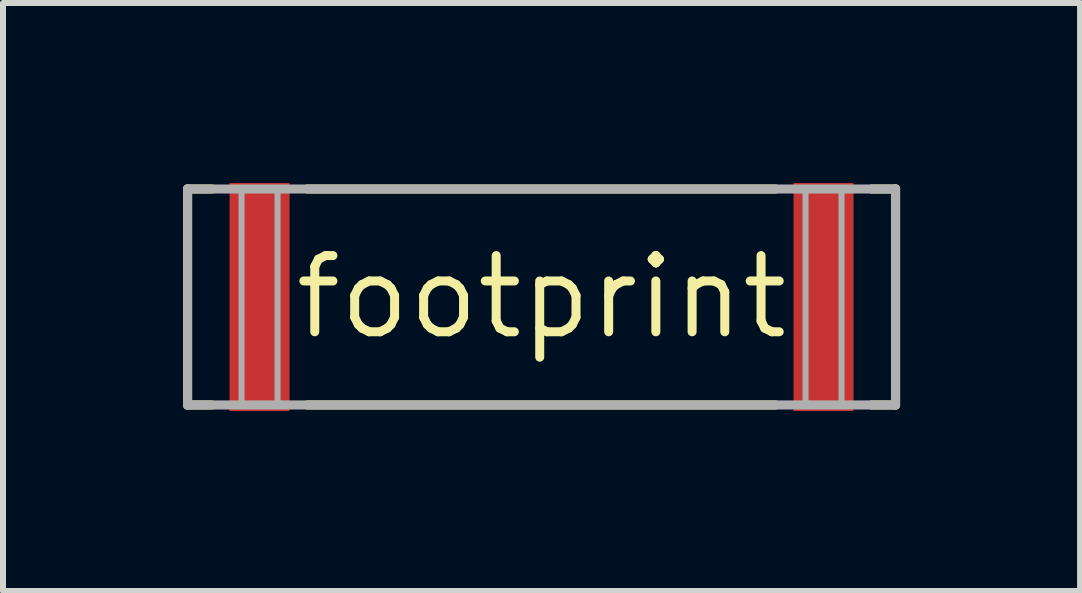
<source format=kicad_pcb>
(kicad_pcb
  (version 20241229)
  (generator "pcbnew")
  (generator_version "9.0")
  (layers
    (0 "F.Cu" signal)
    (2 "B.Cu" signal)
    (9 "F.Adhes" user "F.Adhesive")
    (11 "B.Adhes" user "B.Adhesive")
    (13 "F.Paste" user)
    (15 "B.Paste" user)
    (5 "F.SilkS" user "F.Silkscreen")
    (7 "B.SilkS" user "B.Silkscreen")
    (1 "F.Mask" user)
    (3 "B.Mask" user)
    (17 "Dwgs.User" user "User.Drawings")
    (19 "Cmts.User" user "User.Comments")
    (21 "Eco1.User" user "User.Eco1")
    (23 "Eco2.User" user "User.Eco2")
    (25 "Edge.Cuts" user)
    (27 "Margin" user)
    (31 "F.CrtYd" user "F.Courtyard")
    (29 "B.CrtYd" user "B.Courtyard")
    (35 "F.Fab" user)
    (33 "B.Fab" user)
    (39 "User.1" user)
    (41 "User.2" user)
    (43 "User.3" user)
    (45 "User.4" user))
  (footprint "footprint"
    (layer "F.Cu")
    (at 5.976 1.9)
    (property "Reference" "footprint" (at 0 0 0) (layer "F.SilkS") (effects (font (size 1.27 1.27) (thickness 0.15))))
    (fp_line (start -5.9 -1.8) (end -5.9 1.8) (stroke (width 0.152) (type solid)) (layer "F.SilkS"))
    (fp_line (start -5.9 -1.8) (end -5.5 -1.8) (stroke (width 0.152) (type solid)) (layer "F.SilkS"))
    (fp_line (start -5.9 1.8) (end -5.5 1.8) (stroke (width 0.152) (type solid)) (layer "F.SilkS"))
    (fp_line (start -3.9 -1.8) (end 3.9 -1.8) (stroke (width 0.152) (type solid)) (layer "F.SilkS"))
    (fp_line (start -3.9 1.8) (end 3.9 1.8) (stroke (width 0.152) (type solid)) (layer "F.SilkS"))
    (fp_line (start 5.5 -1.8) (end 5.9 -1.8) (stroke (width 0.152) (type solid)) (layer "F.SilkS"))
    (fp_line (start 5.5 1.8) (end 5.9 1.8) (stroke (width 0.152) (type solid)) (layer "F.SilkS"))
    (fp_line (start 5.9 -1.8) (end 5.9 1.8) (stroke (width 0.152) (type solid)) (layer "F.SilkS"))
    (fp_line (start -5.9 -1.8) (end -5.9 1.8) (stroke (width 0.152) (type solid)) (layer "F.Fab"))
    (fp_line (start -5.9 -1.8) (end 5.9 -1.8) (stroke (width 0.152) (type solid)) (layer "F.Fab"))
    (fp_line (start -5.9 1.8) (end 5.9 1.8) (stroke (width 0.152) (type solid)) (layer "F.Fab"))
    (fp_line (start 5.9 -1.8) (end 5.9 1.8) (stroke (width 0.152) (type solid)) (layer "F.Fab"))
    (fp_poly (pts (xy -5 1.8) (xy -4.4 1.8) (xy -4.4 -1.8) (xy -5 -1.8)) (stroke (width 0.1) (type solid)) (fill no) (layer "F.Fab"))
    (fp_poly (pts (xy 4.4 1.8) (xy 5 1.8) (xy 5 -1.8) (xy 4.4 -1.8)) (stroke (width 0.1) (type solid)) (fill no) (layer "F.Fab"))
    (pad "P$1" smd rect (at -4.7 0 90) (size 3.8 1) (layers "F.Cu" "F.Mask" "F.Paste"))
    (pad "P$2" smd rect (at 4.7 0 90) (size 3.8 1) (layers "F.Cu" "F.Mask" "F.Paste")))
  (gr_rect
    (start -3 -3)
    (end 14.952 6.8)
    (stroke (width 0.1) (type default))
    (fill no)
    (layer "Edge.Cuts")))
</source>
